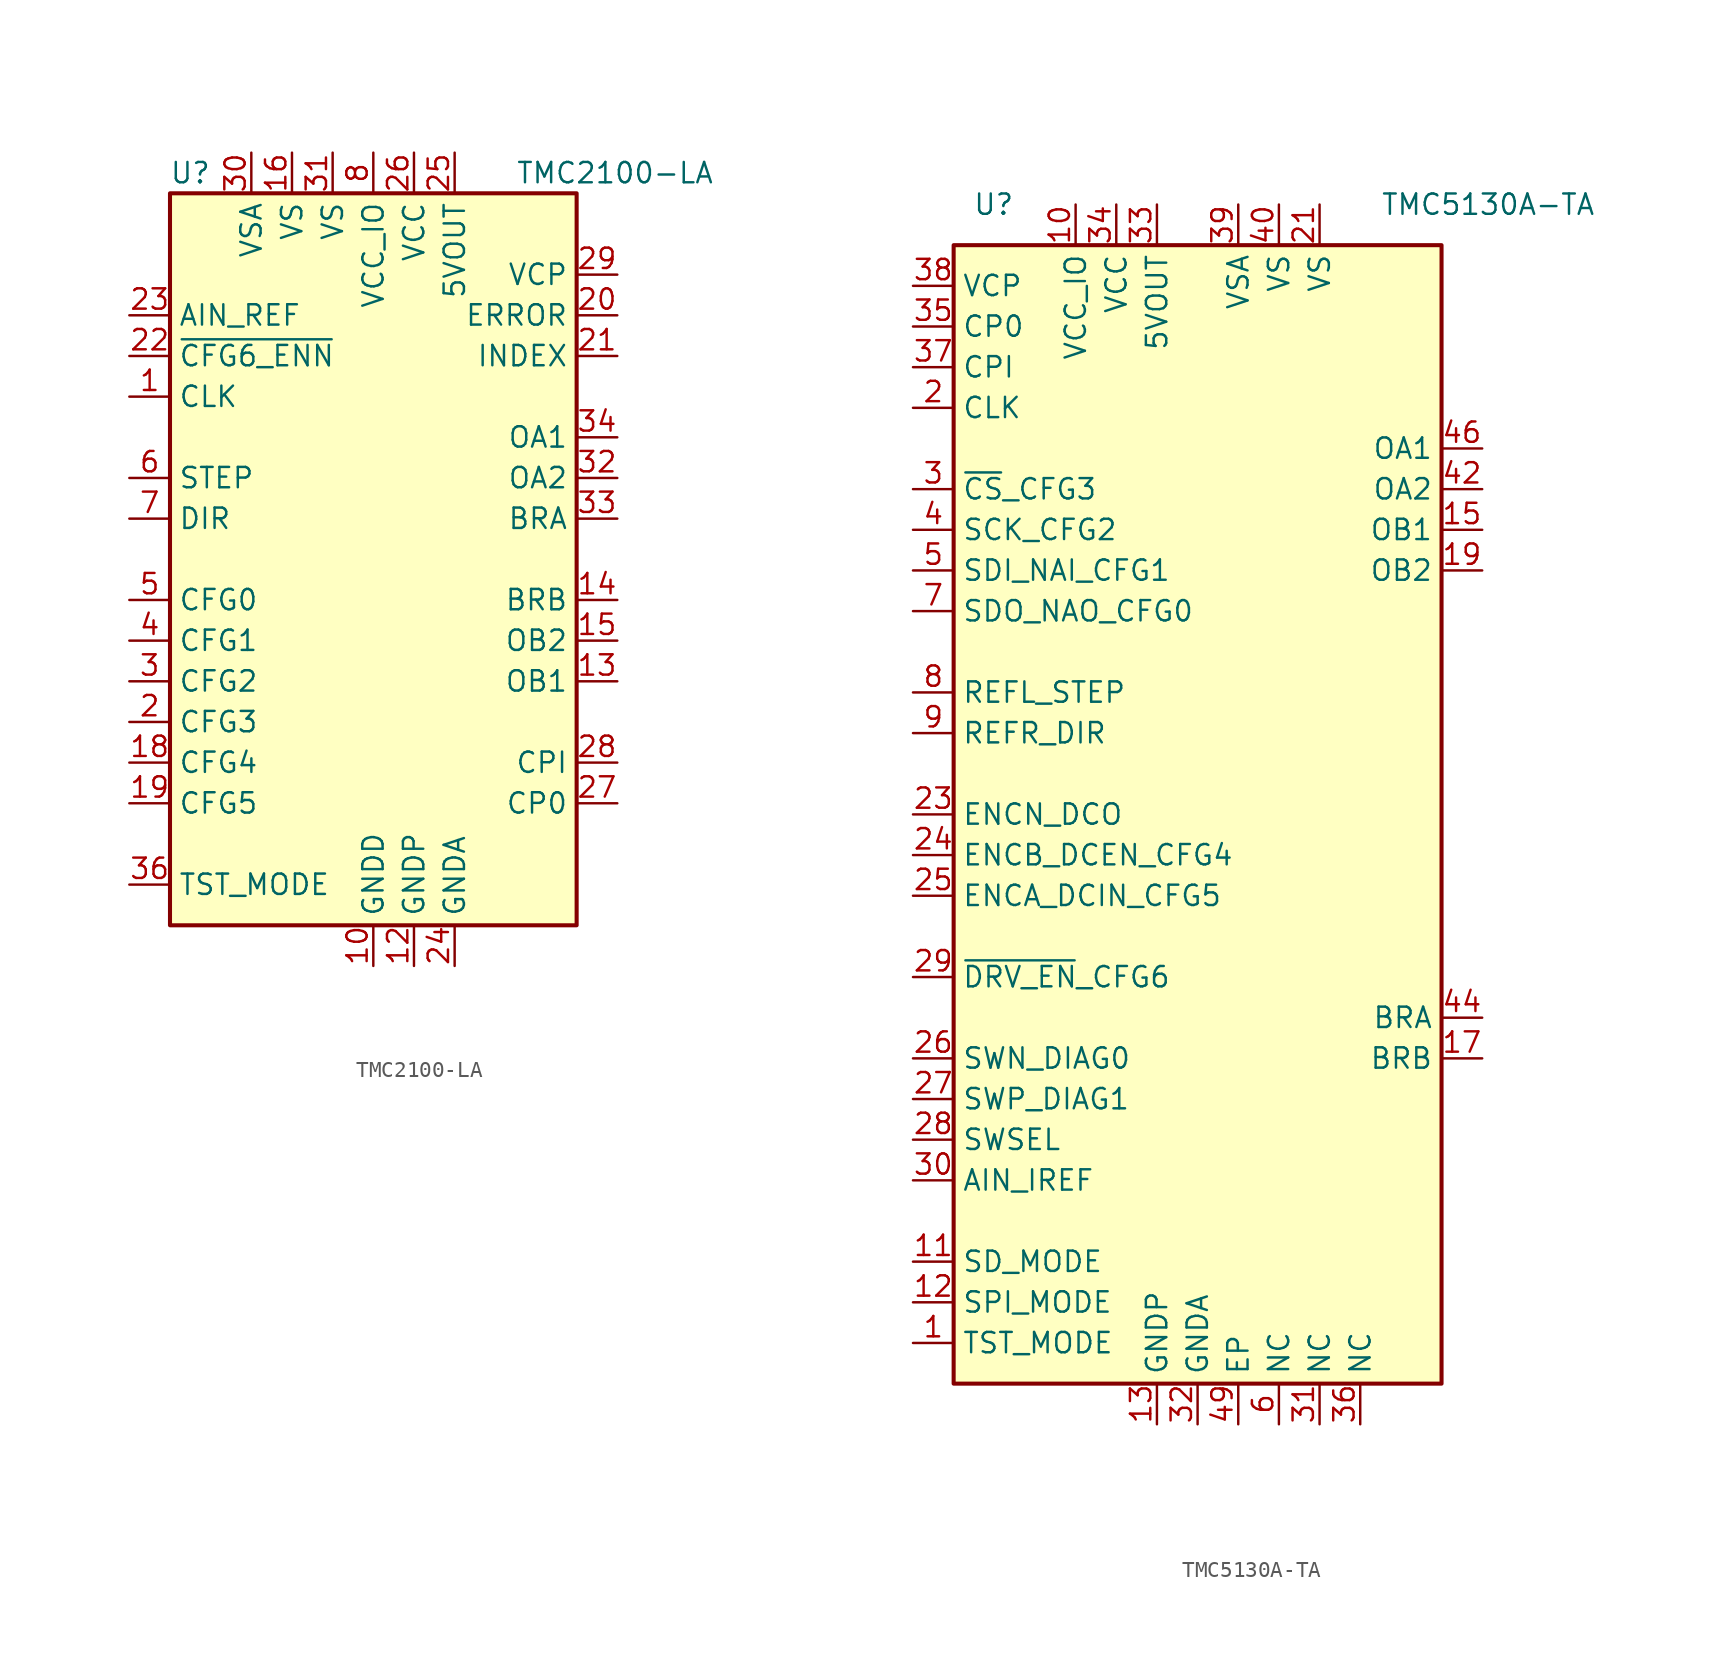
<source format=kicad_sym>
(kicad_symbol_lib
  (version 20211014)
  (generator kicad_symbol_editor)
  (symbol "TMC2100-LA"
    (property "Reference" "U"
      (at -11.43 24.13 0)
      (effects (font (size 1.27 1.27))))
    (property "Value" "TMC2100-LA"
      (at 8.89 24.13 0)
      (effects (font (size 1.27 1.27)) (justify left)))
    (symbol "TMC2100-LA_0_1"
      (rectangle (start -12.7 22.86) (end 12.7 -22.86) (stroke (width 0.254) (type default) (color 0 0 0 0)) (fill (type background))))
    (symbol "TMC2100-LA_1_1"
      (pin input line (at -15.24 10.16 0) (length 2.54) (name "CLK" (effects (font (size 1.27 1.27)))) (number "1" (effects (font (size 1.27 1.27)))))
      (pin power_in line (at 0 -25.4 90) (length 2.54) (name "GNDD" (effects (font (size 1.27 1.27)))) (number "10" (effects (font (size 1.27 1.27)))))
      (pin passive line (at 0 -25.4 90) (length 2.54) hide (name "GNDD" (effects (font (size 1.27 1.27)))) (number "11" (effects (font (size 1.27 1.27)))))
      (pin power_in line (at 2.54 -25.4 90) (length 2.54) (name "GNDP" (effects (font (size 1.27 1.27)))) (number "12" (effects (font (size 1.27 1.27)))))
      (pin output line (at 15.24 -7.62 180) (length 2.54) (name "OB1" (effects (font (size 1.27 1.27)))) (number "13" (effects (font (size 1.27 1.27)))))
      (pin passive line (at 15.24 -2.54 180) (length 2.54) (name "BRB" (effects (font (size 1.27 1.27)))) (number "14" (effects (font (size 1.27 1.27)))))
      (pin output line (at 15.24 -5.08 180) (length 2.54) (name "OB2" (effects (font (size 1.27 1.27)))) (number "15" (effects (font (size 1.27 1.27)))))
      (pin power_in line (at -5.08 25.4 270) (length 2.54) (name "VS" (effects (font (size 1.27 1.27)))) (number "16" (effects (font (size 1.27 1.27)))))
      (pin no_connect line (at 12.7 10.16 180) (length 2.54) hide (name "DNC" (effects (font (size 1.27 1.27)))) (number "17" (effects (font (size 1.27 1.27)))))
      (pin input line (at -15.24 -12.7 0) (length 2.54) (name "CFG4" (effects (font (size 1.27 1.27)))) (number "18" (effects (font (size 1.27 1.27)))))
      (pin input line (at -15.24 -15.24 0) (length 2.54) (name "CFG5" (effects (font (size 1.27 1.27)))) (number "19" (effects (font (size 1.27 1.27)))))
      (pin input line (at -15.24 -10.16 0) (length 2.54) (name "CFG3" (effects (font (size 1.27 1.27)))) (number "2" (effects (font (size 1.27 1.27)))))
      (pin open_collector line (at 15.24 15.24 180) (length 2.54) (name "ERROR" (effects (font (size 1.27 1.27)))) (number "20" (effects (font (size 1.27 1.27)))))
      (pin open_collector line (at 15.24 12.7 180) (length 2.54) (name "INDEX" (effects (font (size 1.27 1.27)))) (number "21" (effects (font (size 1.27 1.27)))))
      (pin input line (at -15.24 12.7 0) (length 2.54) (name "~{CFG6_ENN}" (effects (font (size 1.27 1.27)))) (number "22" (effects (font (size 1.27 1.27)))))
      (pin input line (at -15.24 15.24 0) (length 2.54) (name "AIN_REF" (effects (font (size 1.27 1.27)))) (number "23" (effects (font (size 1.27 1.27)))))
      (pin power_in line (at 5.08 -25.4 90) (length 2.54) (name "GNDA" (effects (font (size 1.27 1.27)))) (number "24" (effects (font (size 1.27 1.27)))))
      (pin power_out line (at 5.08 25.4 270) (length 2.54) (name "5VOUT" (effects (font (size 1.27 1.27)))) (number "25" (effects (font (size 1.27 1.27)))))
      (pin power_in line (at 2.54 25.4 270) (length 2.54) (name "VCC" (effects (font (size 1.27 1.27)))) (number "26" (effects (font (size 1.27 1.27)))))
      (pin passive line (at 15.24 -15.24 180) (length 2.54) (name "CP0" (effects (font (size 1.27 1.27)))) (number "27" (effects (font (size 1.27 1.27)))))
      (pin passive line (at 15.24 -12.7 180) (length 2.54) (name "CPI" (effects (font (size 1.27 1.27)))) (number "28" (effects (font (size 1.27 1.27)))))
      (pin passive line (at 15.24 17.78 180) (length 2.54) (name "VCP" (effects (font (size 1.27 1.27)))) (number "29" (effects (font (size 1.27 1.27)))))
      (pin input line (at -15.24 -7.62 0) (length 2.54) (name "CFG2" (effects (font (size 1.27 1.27)))) (number "3" (effects (font (size 1.27 1.27)))))
      (pin power_in line (at -7.62 25.4 270) (length 2.54) (name "VSA" (effects (font (size 1.27 1.27)))) (number "30" (effects (font (size 1.27 1.27)))))
      (pin power_in line (at -2.54 25.4 270) (length 2.54) (name "VS" (effects (font (size 1.27 1.27)))) (number "31" (effects (font (size 1.27 1.27)))))
      (pin output line (at 15.24 5.08 180) (length 2.54) (name "OA2" (effects (font (size 1.27 1.27)))) (number "32" (effects (font (size 1.27 1.27)))))
      (pin passive line (at 15.24 2.54 180) (length 2.54) (name "BRA" (effects (font (size 1.27 1.27)))) (number "33" (effects (font (size 1.27 1.27)))))
      (pin output line (at 15.24 7.62 180) (length 2.54) (name "OA1" (effects (font (size 1.27 1.27)))) (number "34" (effects (font (size 1.27 1.27)))))
      (pin passive line (at 2.54 -25.4 90) (length 2.54) hide (name "GNDP" (effects (font (size 1.27 1.27)))) (number "35" (effects (font (size 1.27 1.27)))))
      (pin input line (at -15.24 -20.32 0) (length 2.54) (name "TST_MODE" (effects (font (size 1.27 1.27)))) (number "36" (effects (font (size 1.27 1.27)))))
      (pin passive line (at 0 -25.4 90) (length 2.54) hide (name "GNDD" (effects (font (size 1.27 1.27)))) (number "37" (effects (font (size 1.27 1.27)))))
      (pin input line (at -15.24 -5.08 0) (length 2.54) (name "CFG1" (effects (font (size 1.27 1.27)))) (number "4" (effects (font (size 1.27 1.27)))))
      (pin input line (at -15.24 -2.54 0) (length 2.54) (name "CFG0" (effects (font (size 1.27 1.27)))) (number "5" (effects (font (size 1.27 1.27)))))
      (pin input line (at -15.24 5.08 0) (length 2.54) (name "STEP" (effects (font (size 1.27 1.27)))) (number "6" (effects (font (size 1.27 1.27)))))
      (pin input line (at -15.24 2.54 0) (length 2.54) (name "DIR" (effects (font (size 1.27 1.27)))) (number "7" (effects (font (size 1.27 1.27)))))
      (pin power_in line (at 0 25.4 270) (length 2.54) (name "VCC_IO" (effects (font (size 1.27 1.27)))) (number "8" (effects (font (size 1.27 1.27)))))
      (pin no_connect line (at 12.7 0 180) (length 2.54) hide (name "DNC" (effects (font (size 1.27 1.27)))) (number "9" (effects (font (size 1.27 1.27)))))))
  (symbol "TMC5130A-TA"
    (property "Reference" "U"
      (at -11.43 38.1 0)
      (effects (font (size 1.27 1.27)) (justify right)))
    (property "Value" "TMC5130A-TA"
      (at 11.43 38.1 0)
      (effects (font (size 1.27 1.27)) (justify left)))
    (symbol "TMC5130A-TA_0_1"
      (rectangle (start -15.24 35.56) (end 15.24 -35.56) (stroke (width 0.254) (type default) (color 0 0 0 0)) (fill (type background))))
    (symbol "TMC5130A-TA_1_1"
      (pin input line (at -17.78 -33.02 0) (length 2.54) (name "TST_MODE" (effects (font (size 1.27 1.27)))) (number "1" (effects (font (size 1.27 1.27)))))
      (pin power_in line (at -7.62 38.1 270) (length 2.54) (name "VCC_IO" (effects (font (size 1.27 1.27)))) (number "10" (effects (font (size 1.27 1.27)))))
      (pin input line (at -17.78 -27.94 0) (length 2.54) (name "SD_MODE" (effects (font (size 1.27 1.27)))) (number "11" (effects (font (size 1.27 1.27)))))
      (pin input line (at -17.78 -30.48 0) (length 2.54) (name "SPI_MODE" (effects (font (size 1.27 1.27)))) (number "12" (effects (font (size 1.27 1.27)))))
      (pin power_in line (at -2.54 -38.1 90) (length 2.54) (name "GNDP" (effects (font (size 1.27 1.27)))) (number "13" (effects (font (size 1.27 1.27)))))
      (pin no_connect line (at 15.24 12.7 180) (length 2.54) hide (name "DNC" (effects (font (size 1.27 1.27)))) (number "14" (effects (font (size 1.27 1.27)))))
      (pin output line (at 17.78 17.78 180) (length 2.54) (name "OB1" (effects (font (size 1.27 1.27)))) (number "15" (effects (font (size 1.27 1.27)))))
      (pin no_connect line (at 15.24 10.16 180) (length 2.54) hide (name "DNC" (effects (font (size 1.27 1.27)))) (number "16" (effects (font (size 1.27 1.27)))))
      (pin passive line (at 17.78 -15.24 180) (length 2.54) (name "BRB" (effects (font (size 1.27 1.27)))) (number "17" (effects (font (size 1.27 1.27)))))
      (pin no_connect line (at 15.24 7.62 180) (length 2.54) hide (name "DNC" (effects (font (size 1.27 1.27)))) (number "18" (effects (font (size 1.27 1.27)))))
      (pin output line (at 17.78 15.24 180) (length 2.54) (name "OB2" (effects (font (size 1.27 1.27)))) (number "19" (effects (font (size 1.27 1.27)))))
      (pin input line (at -17.78 25.4 0) (length 2.54) (name "CLK" (effects (font (size 1.27 1.27)))) (number "2" (effects (font (size 1.27 1.27)))))
      (pin no_connect line (at 15.24 5.08 180) (length 2.54) hide (name "DNC" (effects (font (size 1.27 1.27)))) (number "20" (effects (font (size 1.27 1.27)))))
      (pin power_in line (at 7.62 38.1 270) (length 2.54) (name "VS" (effects (font (size 1.27 1.27)))) (number "21" (effects (font (size 1.27 1.27)))))
      (pin no_connect line (at 15.24 2.54 180) (length 2.54) hide (name "DNC" (effects (font (size 1.27 1.27)))) (number "22" (effects (font (size 1.27 1.27)))))
      (pin bidirectional line (at -17.78 0 0) (length 2.54) (name "ENCN_DCO" (effects (font (size 1.27 1.27)))) (number "23" (effects (font (size 1.27 1.27)))))
      (pin input line (at -17.78 -2.54 0) (length 2.54) (name "ENCB_DCEN_CFG4" (effects (font (size 1.27 1.27)))) (number "24" (effects (font (size 1.27 1.27)))))
      (pin input line (at -17.78 -5.08 0) (length 2.54) (name "ENCA_DCIN_CFG5" (effects (font (size 1.27 1.27)))) (number "25" (effects (font (size 1.27 1.27)))))
      (pin bidirectional line (at -17.78 -15.24 0) (length 2.54) (name "SWN_DIAG0" (effects (font (size 1.27 1.27)))) (number "26" (effects (font (size 1.27 1.27)))))
      (pin bidirectional line (at -17.78 -17.78 0) (length 2.54) (name "SWP_DIAG1" (effects (font (size 1.27 1.27)))) (number "27" (effects (font (size 1.27 1.27)))))
      (pin input line (at -17.78 -20.32 0) (length 2.54) (name "SWSEL" (effects (font (size 1.27 1.27)))) (number "28" (effects (font (size 1.27 1.27)))))
      (pin input line (at -17.78 -10.16 0) (length 2.54) (name "~{DRV_EN}_CFG6" (effects (font (size 1.27 1.27)))) (number "29" (effects (font (size 1.27 1.27)))))
      (pin input line (at -17.78 20.32 0) (length 2.54) (name "~{CS}_CFG3" (effects (font (size 1.27 1.27)))) (number "3" (effects (font (size 1.27 1.27)))))
      (pin input line (at -17.78 -22.86 0) (length 2.54) (name "AIN_IREF" (effects (font (size 1.27 1.27)))) (number "30" (effects (font (size 1.27 1.27)))))
      (pin passive line (at 7.62 -38.1 90) (length 2.54) (name "NC" (effects (font (size 1.27 1.27)))) (number "31" (effects (font (size 1.27 1.27)))))
      (pin power_in line (at 0 -38.1 90) (length 2.54) (name "GNDA" (effects (font (size 1.27 1.27)))) (number "32" (effects (font (size 1.27 1.27)))))
      (pin power_out line (at -2.54 38.1 270) (length 2.54) (name "5VOUT" (effects (font (size 1.27 1.27)))) (number "33" (effects (font (size 1.27 1.27)))))
      (pin power_in line (at -5.08 38.1 270) (length 2.54) (name "VCC" (effects (font (size 1.27 1.27)))) (number "34" (effects (font (size 1.27 1.27)))))
      (pin passive line (at -17.78 30.48 0) (length 2.54) (name "CP0" (effects (font (size 1.27 1.27)))) (number "35" (effects (font (size 1.27 1.27)))))
      (pin passive line (at 10.16 -38.1 90) (length 2.54) (name "NC" (effects (font (size 1.27 1.27)))) (number "36" (effects (font (size 1.27 1.27)))))
      (pin passive line (at -17.78 27.94 0) (length 2.54) (name "CPI" (effects (font (size 1.27 1.27)))) (number "37" (effects (font (size 1.27 1.27)))))
      (pin passive line (at -17.78 33.02 0) (length 2.54) (name "VCP" (effects (font (size 1.27 1.27)))) (number "38" (effects (font (size 1.27 1.27)))))
      (pin power_in line (at 2.54 38.1 270) (length 2.54) (name "VSA" (effects (font (size 1.27 1.27)))) (number "39" (effects (font (size 1.27 1.27)))))
      (pin input line (at -17.78 17.78 0) (length 2.54) (name "SCK_CFG2" (effects (font (size 1.27 1.27)))) (number "4" (effects (font (size 1.27 1.27)))))
      (pin power_in line (at 5.08 38.1 270) (length 2.54) (name "VS" (effects (font (size 1.27 1.27)))) (number "40" (effects (font (size 1.27 1.27)))))
      (pin no_connect line (at 15.24 33.02 180) (length 2.54) hide (name "DNC" (effects (font (size 1.27 1.27)))) (number "41" (effects (font (size 1.27 1.27)))))
      (pin output line (at 17.78 20.32 180) (length 2.54) (name "OA2" (effects (font (size 1.27 1.27)))) (number "42" (effects (font (size 1.27 1.27)))))
      (pin no_connect line (at 15.24 30.48 180) (length 2.54) hide (name "DNC" (effects (font (size 1.27 1.27)))) (number "43" (effects (font (size 1.27 1.27)))))
      (pin passive line (at 17.78 -12.7 180) (length 2.54) (name "BRA" (effects (font (size 1.27 1.27)))) (number "44" (effects (font (size 1.27 1.27)))))
      (pin no_connect line (at 15.24 27.94 180) (length 2.54) hide (name "DNC" (effects (font (size 1.27 1.27)))) (number "45" (effects (font (size 1.27 1.27)))))
      (pin output line (at 17.78 22.86 180) (length 2.54) (name "OA1" (effects (font (size 1.27 1.27)))) (number "46" (effects (font (size 1.27 1.27)))))
      (pin no_connect line (at 15.24 25.4 180) (length 2.54) hide (name "DNC" (effects (font (size 1.27 1.27)))) (number "47" (effects (font (size 1.27 1.27)))))
      (pin passive line (at -2.54 -38.1 90) (length 2.54) hide (name "GNDP" (effects (font (size 1.27 1.27)))) (number "48" (effects (font (size 1.27 1.27)))))
      (pin power_in line (at 2.54 -38.1 90) (length 2.54) (name "EP" (effects (font (size 1.27 1.27)))) (number "49" (effects (font (size 1.27 1.27)))))
      (pin input line (at -17.78 15.24 0) (length 2.54) (name "SDI_NAI_CFG1" (effects (font (size 1.27 1.27)))) (number "5" (effects (font (size 1.27 1.27)))))
      (pin passive line (at 5.08 -38.1 90) (length 2.54) (name "NC" (effects (font (size 1.27 1.27)))) (number "6" (effects (font (size 1.27 1.27)))))
      (pin bidirectional line (at -17.78 12.7 0) (length 2.54) (name "SDO_NAO_CFG0" (effects (font (size 1.27 1.27)))) (number "7" (effects (font (size 1.27 1.27)))))
      (pin input line (at -17.78 7.62 0) (length 2.54) (name "REFL_STEP" (effects (font (size 1.27 1.27)))) (number "8" (effects (font (size 1.27 1.27)))))
      (pin input line (at -17.78 5.08 0) (length 2.54) (name "REFR_DIR" (effects (font (size 1.27 1.27)))) (number "9" (effects (font (size 1.27 1.27))))))))
</source>
